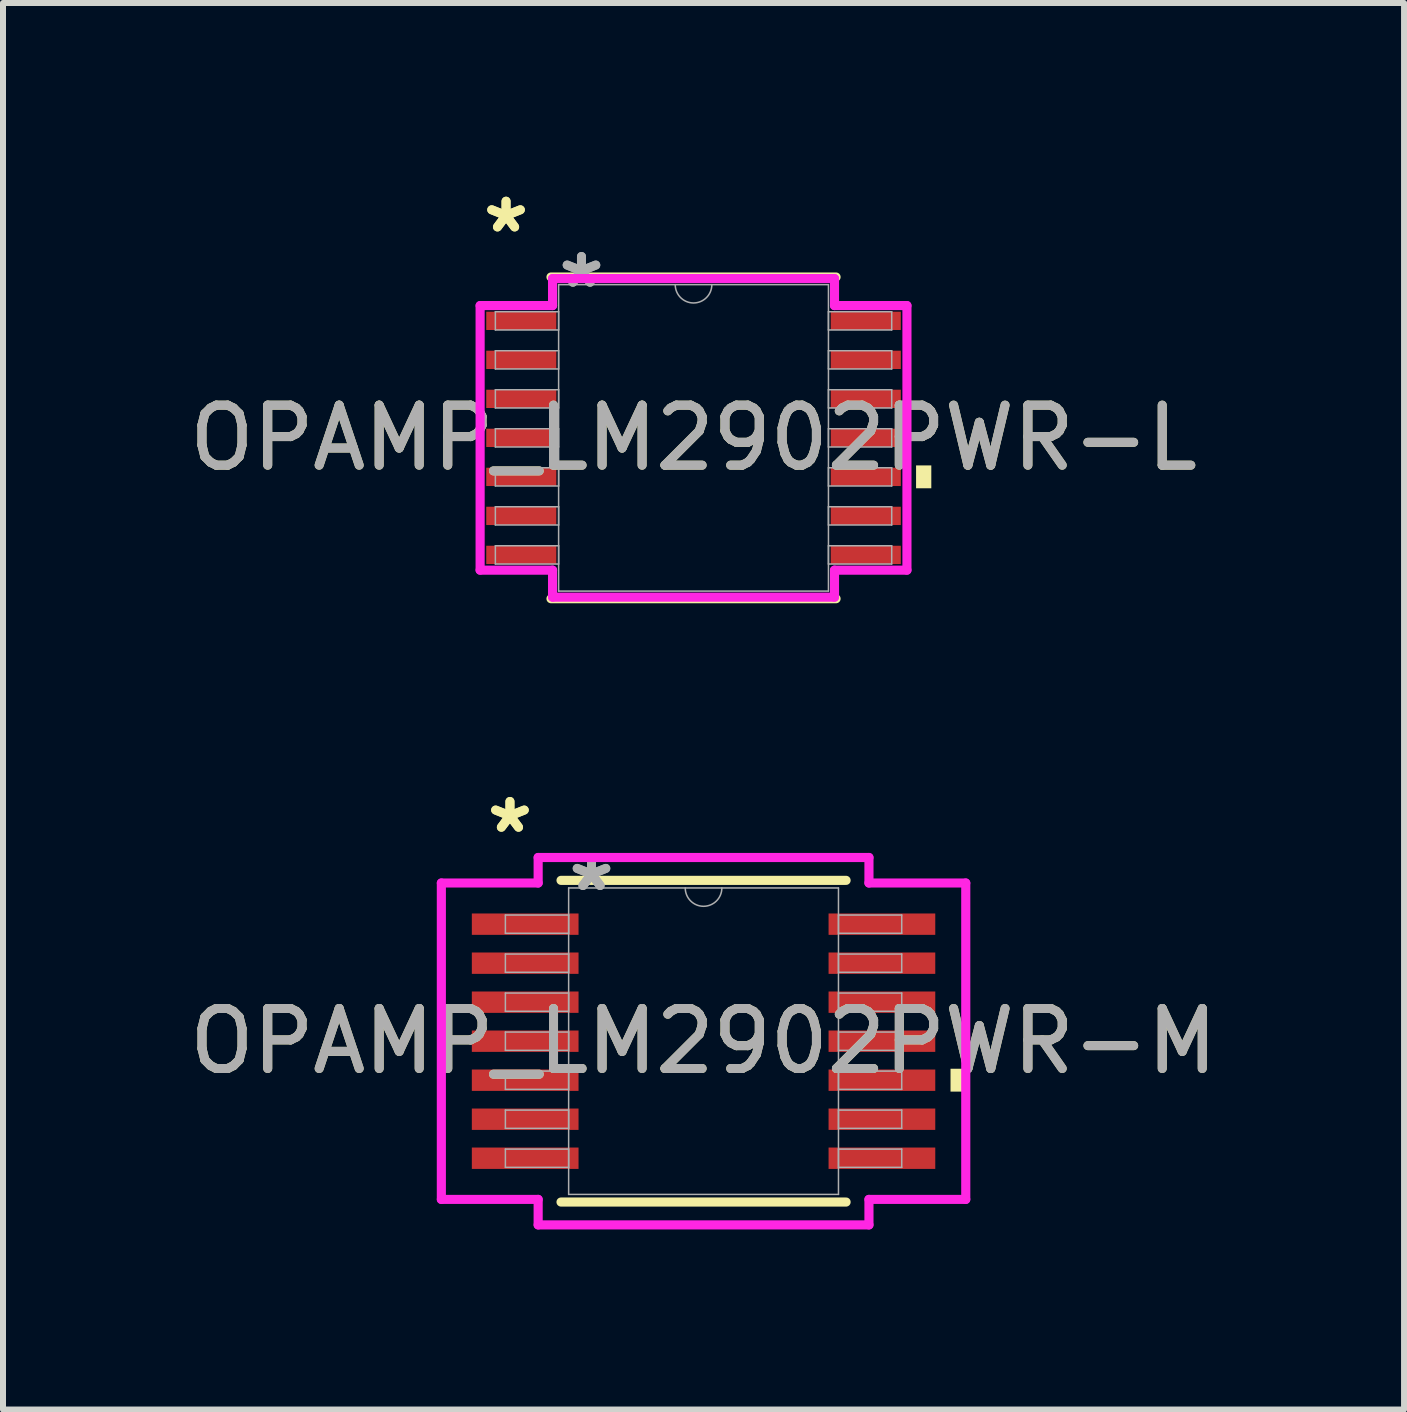
<source format=kicad_pcb>
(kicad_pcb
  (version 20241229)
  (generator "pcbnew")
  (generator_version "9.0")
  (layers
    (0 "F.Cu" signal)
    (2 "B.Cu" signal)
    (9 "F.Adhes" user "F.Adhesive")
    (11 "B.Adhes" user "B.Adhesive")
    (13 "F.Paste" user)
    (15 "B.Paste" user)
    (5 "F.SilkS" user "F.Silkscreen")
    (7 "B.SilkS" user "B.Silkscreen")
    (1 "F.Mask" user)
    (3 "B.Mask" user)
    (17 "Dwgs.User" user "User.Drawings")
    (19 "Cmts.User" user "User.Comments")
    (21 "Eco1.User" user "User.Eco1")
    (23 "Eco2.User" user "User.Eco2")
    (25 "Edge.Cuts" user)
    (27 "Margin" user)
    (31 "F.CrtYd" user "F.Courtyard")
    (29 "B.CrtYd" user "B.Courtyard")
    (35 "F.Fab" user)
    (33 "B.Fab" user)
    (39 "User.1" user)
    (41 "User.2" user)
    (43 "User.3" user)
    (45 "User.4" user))
  (footprint "OPAMP_LM2902PWR-M"
    (layer "F.Cu")
    (at 8.673 14.299)
    (property "Reference" "OPAMP_LM2902PWR-M" (at 0 0 0) (unlocked yes) (layer "F.SilkS") (effects (font (size 1 1) (thickness 0.15))))
    (attr smd)
    (fp_line (start -2.375 2.68) (end 2.375 2.68) (stroke (width 0.152) (type solid)) (layer "F.SilkS"))
    (fp_line (start 2.375 -2.68) (end -2.375 -2.68) (stroke (width 0.152) (type solid)) (layer "F.SilkS"))
    (fp_poly (pts (xy 4.369 0.459) (xy 4.369 0.84) (xy 4.115 0.84) (xy 4.115 0.459)) (stroke (width 0) (type solid)) (fill yes) (layer "F.SilkS"))
    (fp_line (start -4.369 -2.636) (end -2.756 -2.636) (stroke (width 0.152) (type solid)) (layer "F.CrtYd"))
    (fp_line (start -4.369 2.636) (end -4.369 -2.636) (stroke (width 0.152) (type solid)) (layer "F.CrtYd"))
    (fp_line (start -4.369 2.636) (end -2.756 2.636) (stroke (width 0.152) (type solid)) (layer "F.CrtYd"))
    (fp_line (start -2.756 -3.061) (end 2.756 -3.061) (stroke (width 0.152) (type solid)) (layer "F.CrtYd"))
    (fp_line (start -2.756 -2.636) (end -2.756 -3.061) (stroke (width 0.152) (type solid)) (layer "F.CrtYd"))
    (fp_line (start -2.756 3.061) (end -2.756 2.636) (stroke (width 0.152) (type solid)) (layer "F.CrtYd"))
    (fp_line (start 2.756 -3.061) (end 2.756 -2.636) (stroke (width 0.152) (type solid)) (layer "F.CrtYd"))
    (fp_line (start 2.756 2.636) (end 2.756 3.061) (stroke (width 0.152) (type solid)) (layer "F.CrtYd"))
    (fp_line (start 2.756 3.061) (end -2.756 3.061) (stroke (width 0.152) (type solid)) (layer "F.CrtYd"))
    (fp_line (start 4.369 -2.636) (end 2.756 -2.636) (stroke (width 0.152) (type solid)) (layer "F.CrtYd"))
    (fp_line (start 4.369 -2.636) (end 4.369 2.636) (stroke (width 0.152) (type solid)) (layer "F.CrtYd"))
    (fp_line (start 4.369 2.636) (end 2.756 2.636) (stroke (width 0.152) (type solid)) (layer "F.CrtYd"))
    (fp_line (start -3.302 -2.102) (end -3.302 -1.798) (stroke (width 0.025) (type solid)) (layer "F.Fab"))
    (fp_line (start -3.302 -1.798) (end -2.248 -1.798) (stroke (width 0.025) (type solid)) (layer "F.Fab"))
    (fp_line (start -3.302 -1.452) (end -3.302 -1.148) (stroke (width 0.025) (type solid)) (layer "F.Fab"))
    (fp_line (start -3.302 -1.148) (end -2.248 -1.148) (stroke (width 0.025) (type solid)) (layer "F.Fab"))
    (fp_line (start -3.302 -0.802) (end -3.302 -0.498) (stroke (width 0.025) (type solid)) (layer "F.Fab"))
    (fp_line (start -3.302 -0.498) (end -2.248 -0.498) (stroke (width 0.025) (type solid)) (layer "F.Fab"))
    (fp_line (start -3.302 -0.152) (end -3.302 0.152) (stroke (width 0.025) (type solid)) (layer "F.Fab"))
    (fp_line (start -3.302 0.152) (end -2.248 0.152) (stroke (width 0.025) (type solid)) (layer "F.Fab"))
    (fp_line (start -3.302 0.498) (end -3.302 0.802) (stroke (width 0.025) (type solid)) (layer "F.Fab"))
    (fp_line (start -3.302 0.802) (end -2.248 0.802) (stroke (width 0.025) (type solid)) (layer "F.Fab"))
    (fp_line (start -3.302 1.148) (end -3.302 1.452) (stroke (width 0.025) (type solid)) (layer "F.Fab"))
    (fp_line (start -3.302 1.452) (end -2.248 1.452) (stroke (width 0.025) (type solid)) (layer "F.Fab"))
    (fp_line (start -3.302 1.798) (end -3.302 2.102) (stroke (width 0.025) (type solid)) (layer "F.Fab"))
    (fp_line (start -3.302 2.102) (end -2.248 2.102) (stroke (width 0.025) (type solid)) (layer "F.Fab"))
    (fp_line (start -2.248 -2.553) (end -2.248 2.553) (stroke (width 0.025) (type solid)) (layer "F.Fab"))
    (fp_line (start -2.248 -2.102) (end -3.302 -2.102) (stroke (width 0.025) (type solid)) (layer "F.Fab"))
    (fp_line (start -2.248 -1.798) (end -2.248 -2.102) (stroke (width 0.025) (type solid)) (layer "F.Fab"))
    (fp_line (start -2.248 -1.452) (end -3.302 -1.452) (stroke (width 0.025) (type solid)) (layer "F.Fab"))
    (fp_line (start -2.248 -1.148) (end -2.248 -1.452) (stroke (width 0.025) (type solid)) (layer "F.Fab"))
    (fp_line (start -2.248 -0.802) (end -3.302 -0.802) (stroke (width 0.025) (type solid)) (layer "F.Fab"))
    (fp_line (start -2.248 -0.498) (end -2.248 -0.802) (stroke (width 0.025) (type solid)) (layer "F.Fab"))
    (fp_line (start -2.248 -0.152) (end -3.302 -0.152) (stroke (width 0.025) (type solid)) (layer "F.Fab"))
    (fp_line (start -2.248 0.152) (end -2.248 -0.152) (stroke (width 0.025) (type solid)) (layer "F.Fab"))
    (fp_line (start -2.248 0.498) (end -3.302 0.498) (stroke (width 0.025) (type solid)) (layer "F.Fab"))
    (fp_line (start -2.248 0.802) (end -2.248 0.498) (stroke (width 0.025) (type solid)) (layer "F.Fab"))
    (fp_line (start -2.248 1.148) (end -3.302 1.148) (stroke (width 0.025) (type solid)) (layer "F.Fab"))
    (fp_line (start -2.248 1.452) (end -2.248 1.148) (stroke (width 0.025) (type solid)) (layer "F.Fab"))
    (fp_line (start -2.248 1.798) (end -3.302 1.798) (stroke (width 0.025) (type solid)) (layer "F.Fab"))
    (fp_line (start -2.248 2.102) (end -2.248 1.798) (stroke (width 0.025) (type solid)) (layer "F.Fab"))
    (fp_line (start -2.248 2.553) (end 2.248 2.553) (stroke (width 0.025) (type solid)) (layer "F.Fab"))
    (fp_line (start 2.248 -2.553) (end -2.248 -2.553) (stroke (width 0.025) (type solid)) (layer "F.Fab"))
    (fp_line (start 2.248 -2.102) (end 2.248 -1.798) (stroke (width 0.025) (type solid)) (layer "F.Fab"))
    (fp_line (start 2.248 -1.798) (end 3.302 -1.798) (stroke (width 0.025) (type solid)) (layer "F.Fab"))
    (fp_line (start 2.248 -1.452) (end 2.248 -1.148) (stroke (width 0.025) (type solid)) (layer "F.Fab"))
    (fp_line (start 2.248 -1.148) (end 3.302 -1.148) (stroke (width 0.025) (type solid)) (layer "F.Fab"))
    (fp_line (start 2.248 -0.802) (end 2.248 -0.498) (stroke (width 0.025) (type solid)) (layer "F.Fab"))
    (fp_line (start 2.248 -0.498) (end 3.302 -0.498) (stroke (width 0.025) (type solid)) (layer "F.Fab"))
    (fp_line (start 2.248 -0.152) (end 2.248 0.152) (stroke (width 0.025) (type solid)) (layer "F.Fab"))
    (fp_line (start 2.248 0.152) (end 3.302 0.152) (stroke (width 0.025) (type solid)) (layer "F.Fab"))
    (fp_line (start 2.248 0.498) (end 2.248 0.802) (stroke (width 0.025) (type solid)) (layer "F.Fab"))
    (fp_line (start 2.248 0.802) (end 3.302 0.802) (stroke (width 0.025) (type solid)) (layer "F.Fab"))
    (fp_line (start 2.248 1.148) (end 2.248 1.452) (stroke (width 0.025) (type solid)) (layer "F.Fab"))
    (fp_line (start 2.248 1.452) (end 3.302 1.452) (stroke (width 0.025) (type solid)) (layer "F.Fab"))
    (fp_line (start 2.248 1.798) (end 2.248 2.102) (stroke (width 0.025) (type solid)) (layer "F.Fab"))
    (fp_line (start 2.248 2.102) (end 3.302 2.102) (stroke (width 0.025) (type solid)) (layer "F.Fab"))
    (fp_line (start 2.248 2.553) (end 2.248 -2.553) (stroke (width 0.025) (type solid)) (layer "F.Fab"))
    (fp_line (start 3.302 -2.102) (end 2.248 -2.102) (stroke (width 0.025) (type solid)) (layer "F.Fab"))
    (fp_line (start 3.302 -1.798) (end 3.302 -2.102) (stroke (width 0.025) (type solid)) (layer "F.Fab"))
    (fp_line (start 3.302 -1.452) (end 2.248 -1.452) (stroke (width 0.025) (type solid)) (layer "F.Fab"))
    (fp_line (start 3.302 -1.148) (end 3.302 -1.452) (stroke (width 0.025) (type solid)) (layer "F.Fab"))
    (fp_line (start 3.302 -0.802) (end 2.248 -0.802) (stroke (width 0.025) (type solid)) (layer "F.Fab"))
    (fp_line (start 3.302 -0.498) (end 3.302 -0.802) (stroke (width 0.025) (type solid)) (layer "F.Fab"))
    (fp_line (start 3.302 -0.152) (end 2.248 -0.152) (stroke (width 0.025) (type solid)) (layer "F.Fab"))
    (fp_line (start 3.302 0.152) (end 3.302 -0.152) (stroke (width 0.025) (type solid)) (layer "F.Fab"))
    (fp_line (start 3.302 0.498) (end 2.248 0.498) (stroke (width 0.025) (type solid)) (layer "F.Fab"))
    (fp_line (start 3.302 0.802) (end 3.302 0.498) (stroke (width 0.025) (type solid)) (layer "F.Fab"))
    (fp_line (start 3.302 1.148) (end 2.248 1.148) (stroke (width 0.025) (type solid)) (layer "F.Fab"))
    (fp_line (start 3.302 1.452) (end 3.302 1.148) (stroke (width 0.025) (type solid)) (layer "F.Fab"))
    (fp_line (start 3.302 1.798) (end 2.248 1.798) (stroke (width 0.025) (type solid)) (layer "F.Fab"))
    (fp_line (start 3.302 2.102) (end 3.302 1.798) (stroke (width 0.025) (type solid)) (layer "F.Fab"))
    (fp_arc (start 0.3048 -2.5527) (mid 0 -2.2479) (end -0.3048 -2.5527) (stroke (width 0.0254) (type solid)) (layer "F.Fab"))
    (fp_text user "*" (at -3.226 -3.449 0) (unlocked yes) (layer "F.SilkS") (effects (font (size 1 1) (thickness 0.15))))
    (fp_text user "*" (at -3.226 -3.449 0) (layer "F.SilkS") (effects (font (size 1 1) (thickness 0.15))))
    (fp_text user "${REFERENCE}" (at 0 0 0) (unlocked yes) (layer "F.Fab") (effects (font (size 1 1) (thickness 0.15))))
    (fp_text user "*" (at -1.867 -2.477 0) (layer "F.Fab") (effects (font (size 1 1) (thickness 0.15))))
    (fp_text user "*" (at -1.867 -2.477 0) (unlocked yes) (layer "F.Fab") (effects (font (size 1 1) (thickness 0.15))))
    (pad "1" smd rect (at -2.972 -1.95) (size 1.778 0.356) (layers "F.Cu" "F.Mask" "F.Paste"))
    (pad "2" smd rect (at -2.972 -1.3) (size 1.778 0.356) (layers "F.Cu" "F.Mask" "F.Paste"))
    (pad "3" smd rect (at -2.972 -0.65) (size 1.778 0.356) (layers "F.Cu" "F.Mask" "F.Paste"))
    (pad "4" smd rect (at -2.972 0) (size 1.778 0.356) (layers "F.Cu" "F.Mask" "F.Paste"))
    (pad "5" smd rect (at -2.972 0.65) (size 1.778 0.356) (layers "F.Cu" "F.Mask" "F.Paste"))
    (pad "6" smd rect (at -2.972 1.3) (size 1.778 0.356) (layers "F.Cu" "F.Mask" "F.Paste"))
    (pad "7" smd rect (at -2.972 1.95) (size 1.778 0.356) (layers "F.Cu" "F.Mask" "F.Paste"))
    (pad "8" smd rect (at 2.972 1.95) (size 1.778 0.356) (layers "F.Cu" "F.Mask" "F.Paste"))
    (pad "9" smd rect (at 2.972 1.3) (size 1.778 0.356) (layers "F.Cu" "F.Mask" "F.Paste"))
    (pad "10" smd rect (at 2.972 0.65) (size 1.778 0.356) (layers "F.Cu" "F.Mask" "F.Paste"))
    (pad "11" smd rect (at 2.972 0) (size 1.778 0.356) (layers "F.Cu" "F.Mask" "F.Paste"))
    (pad "12" smd rect (at 2.972 -0.65) (size 1.778 0.356) (layers "F.Cu" "F.Mask" "F.Paste"))
    (pad "13" smd rect (at 2.972 -1.3) (size 1.778 0.356) (layers "F.Cu" "F.Mask" "F.Paste"))
    (pad "14" smd rect (at 2.972 -1.95) (size 1.778 0.356) (layers "F.Cu" "F.Mask" "F.Paste")))
  (footprint "OPAMP_LM2902PWR-L"
    (layer "F.Cu")
    (at 8.506 4.246)
    (property "Reference" "OPAMP_LM2902PWR-L" (at 0 0 0) (unlocked yes) (layer "F.SilkS") (effects (font (size 1 1) (thickness 0.15))))
    (attr smd)
    (fp_line (start -2.375 2.68) (end 2.375 2.68) (stroke (width 0.152) (type solid)) (layer "F.SilkS"))
    (fp_line (start 2.375 -2.68) (end -2.375 -2.68) (stroke (width 0.152) (type solid)) (layer "F.SilkS"))
    (fp_poly (pts (xy 3.962 0.459) (xy 3.962 0.84) (xy 3.708 0.84) (xy 3.708 0.459)) (stroke (width 0) (type solid)) (fill yes) (layer "F.SilkS"))
    (fp_line (start -3.556 -2.204) (end -2.349 -2.204) (stroke (width 0.152) (type solid)) (layer "F.CrtYd"))
    (fp_line (start -3.556 2.204) (end -3.556 -2.204) (stroke (width 0.152) (type solid)) (layer "F.CrtYd"))
    (fp_line (start -3.556 2.204) (end -2.349 2.204) (stroke (width 0.152) (type solid)) (layer "F.CrtYd"))
    (fp_line (start -2.349 -2.654) (end 2.349 -2.654) (stroke (width 0.152) (type solid)) (layer "F.CrtYd"))
    (fp_line (start -2.349 -2.204) (end -2.349 -2.654) (stroke (width 0.152) (type solid)) (layer "F.CrtYd"))
    (fp_line (start -2.349 2.654) (end -2.349 2.204) (stroke (width 0.152) (type solid)) (layer "F.CrtYd"))
    (fp_line (start 2.349 -2.654) (end 2.349 -2.204) (stroke (width 0.152) (type solid)) (layer "F.CrtYd"))
    (fp_line (start 2.349 2.204) (end 2.349 2.654) (stroke (width 0.152) (type solid)) (layer "F.CrtYd"))
    (fp_line (start 2.349 2.654) (end -2.349 2.654) (stroke (width 0.152) (type solid)) (layer "F.CrtYd"))
    (fp_line (start 3.556 -2.204) (end 2.349 -2.204) (stroke (width 0.152) (type solid)) (layer "F.CrtYd"))
    (fp_line (start 3.556 -2.204) (end 3.556 2.204) (stroke (width 0.152) (type solid)) (layer "F.CrtYd"))
    (fp_line (start 3.556 2.204) (end 2.349 2.204) (stroke (width 0.152) (type solid)) (layer "F.CrtYd"))
    (fp_line (start -3.302 -2.102) (end -3.302 -1.798) (stroke (width 0.025) (type solid)) (layer "F.Fab"))
    (fp_line (start -3.302 -1.798) (end -2.248 -1.798) (stroke (width 0.025) (type solid)) (layer "F.Fab"))
    (fp_line (start -3.302 -1.452) (end -3.302 -1.148) (stroke (width 0.025) (type solid)) (layer "F.Fab"))
    (fp_line (start -3.302 -1.148) (end -2.248 -1.148) (stroke (width 0.025) (type solid)) (layer "F.Fab"))
    (fp_line (start -3.302 -0.802) (end -3.302 -0.498) (stroke (width 0.025) (type solid)) (layer "F.Fab"))
    (fp_line (start -3.302 -0.498) (end -2.248 -0.498) (stroke (width 0.025) (type solid)) (layer "F.Fab"))
    (fp_line (start -3.302 -0.152) (end -3.302 0.152) (stroke (width 0.025) (type solid)) (layer "F.Fab"))
    (fp_line (start -3.302 0.152) (end -2.248 0.152) (stroke (width 0.025) (type solid)) (layer "F.Fab"))
    (fp_line (start -3.302 0.498) (end -3.302 0.802) (stroke (width 0.025) (type solid)) (layer "F.Fab"))
    (fp_line (start -3.302 0.802) (end -2.248 0.802) (stroke (width 0.025) (type solid)) (layer "F.Fab"))
    (fp_line (start -3.302 1.148) (end -3.302 1.452) (stroke (width 0.025) (type solid)) (layer "F.Fab"))
    (fp_line (start -3.302 1.452) (end -2.248 1.452) (stroke (width 0.025) (type solid)) (layer "F.Fab"))
    (fp_line (start -3.302 1.798) (end -3.302 2.102) (stroke (width 0.025) (type solid)) (layer "F.Fab"))
    (fp_line (start -3.302 2.102) (end -2.248 2.102) (stroke (width 0.025) (type solid)) (layer "F.Fab"))
    (fp_line (start -2.248 -2.553) (end -2.248 2.553) (stroke (width 0.025) (type solid)) (layer "F.Fab"))
    (fp_line (start -2.248 -2.102) (end -3.302 -2.102) (stroke (width 0.025) (type solid)) (layer "F.Fab"))
    (fp_line (start -2.248 -1.798) (end -2.248 -2.102) (stroke (width 0.025) (type solid)) (layer "F.Fab"))
    (fp_line (start -2.248 -1.452) (end -3.302 -1.452) (stroke (width 0.025) (type solid)) (layer "F.Fab"))
    (fp_line (start -2.248 -1.148) (end -2.248 -1.452) (stroke (width 0.025) (type solid)) (layer "F.Fab"))
    (fp_line (start -2.248 -0.802) (end -3.302 -0.802) (stroke (width 0.025) (type solid)) (layer "F.Fab"))
    (fp_line (start -2.248 -0.498) (end -2.248 -0.802) (stroke (width 0.025) (type solid)) (layer "F.Fab"))
    (fp_line (start -2.248 -0.152) (end -3.302 -0.152) (stroke (width 0.025) (type solid)) (layer "F.Fab"))
    (fp_line (start -2.248 0.152) (end -2.248 -0.152) (stroke (width 0.025) (type solid)) (layer "F.Fab"))
    (fp_line (start -2.248 0.498) (end -3.302 0.498) (stroke (width 0.025) (type solid)) (layer "F.Fab"))
    (fp_line (start -2.248 0.802) (end -2.248 0.498) (stroke (width 0.025) (type solid)) (layer "F.Fab"))
    (fp_line (start -2.248 1.148) (end -3.302 1.148) (stroke (width 0.025) (type solid)) (layer "F.Fab"))
    (fp_line (start -2.248 1.452) (end -2.248 1.148) (stroke (width 0.025) (type solid)) (layer "F.Fab"))
    (fp_line (start -2.248 1.798) (end -3.302 1.798) (stroke (width 0.025) (type solid)) (layer "F.Fab"))
    (fp_line (start -2.248 2.102) (end -2.248 1.798) (stroke (width 0.025) (type solid)) (layer "F.Fab"))
    (fp_line (start -2.248 2.553) (end 2.248 2.553) (stroke (width 0.025) (type solid)) (layer "F.Fab"))
    (fp_line (start 2.248 -2.553) (end -2.248 -2.553) (stroke (width 0.025) (type solid)) (layer "F.Fab"))
    (fp_line (start 2.248 -2.102) (end 2.248 -1.798) (stroke (width 0.025) (type solid)) (layer "F.Fab"))
    (fp_line (start 2.248 -1.798) (end 3.302 -1.798) (stroke (width 0.025) (type solid)) (layer "F.Fab"))
    (fp_line (start 2.248 -1.452) (end 2.248 -1.148) (stroke (width 0.025) (type solid)) (layer "F.Fab"))
    (fp_line (start 2.248 -1.148) (end 3.302 -1.148) (stroke (width 0.025) (type solid)) (layer "F.Fab"))
    (fp_line (start 2.248 -0.802) (end 2.248 -0.498) (stroke (width 0.025) (type solid)) (layer "F.Fab"))
    (fp_line (start 2.248 -0.498) (end 3.302 -0.498) (stroke (width 0.025) (type solid)) (layer "F.Fab"))
    (fp_line (start 2.248 -0.152) (end 2.248 0.152) (stroke (width 0.025) (type solid)) (layer "F.Fab"))
    (fp_line (start 2.248 0.152) (end 3.302 0.152) (stroke (width 0.025) (type solid)) (layer "F.Fab"))
    (fp_line (start 2.248 0.498) (end 2.248 0.802) (stroke (width 0.025) (type solid)) (layer "F.Fab"))
    (fp_line (start 2.248 0.802) (end 3.302 0.802) (stroke (width 0.025) (type solid)) (layer "F.Fab"))
    (fp_line (start 2.248 1.148) (end 2.248 1.452) (stroke (width 0.025) (type solid)) (layer "F.Fab"))
    (fp_line (start 2.248 1.452) (end 3.302 1.452) (stroke (width 0.025) (type solid)) (layer "F.Fab"))
    (fp_line (start 2.248 1.798) (end 2.248 2.102) (stroke (width 0.025) (type solid)) (layer "F.Fab"))
    (fp_line (start 2.248 2.102) (end 3.302 2.102) (stroke (width 0.025) (type solid)) (layer "F.Fab"))
    (fp_line (start 2.248 2.553) (end 2.248 -2.553) (stroke (width 0.025) (type solid)) (layer "F.Fab"))
    (fp_line (start 3.302 -2.102) (end 2.248 -2.102) (stroke (width 0.025) (type solid)) (layer "F.Fab"))
    (fp_line (start 3.302 -1.798) (end 3.302 -2.102) (stroke (width 0.025) (type solid)) (layer "F.Fab"))
    (fp_line (start 3.302 -1.452) (end 2.248 -1.452) (stroke (width 0.025) (type solid)) (layer "F.Fab"))
    (fp_line (start 3.302 -1.148) (end 3.302 -1.452) (stroke (width 0.025) (type solid)) (layer "F.Fab"))
    (fp_line (start 3.302 -0.802) (end 2.248 -0.802) (stroke (width 0.025) (type solid)) (layer "F.Fab"))
    (fp_line (start 3.302 -0.498) (end 3.302 -0.802) (stroke (width 0.025) (type solid)) (layer "F.Fab"))
    (fp_line (start 3.302 -0.152) (end 2.248 -0.152) (stroke (width 0.025) (type solid)) (layer "F.Fab"))
    (fp_line (start 3.302 0.152) (end 3.302 -0.152) (stroke (width 0.025) (type solid)) (layer "F.Fab"))
    (fp_line (start 3.302 0.498) (end 2.248 0.498) (stroke (width 0.025) (type solid)) (layer "F.Fab"))
    (fp_line (start 3.302 0.802) (end 3.302 0.498) (stroke (width 0.025) (type solid)) (layer "F.Fab"))
    (fp_line (start 3.302 1.148) (end 2.248 1.148) (stroke (width 0.025) (type solid)) (layer "F.Fab"))
    (fp_line (start 3.302 1.452) (end 3.302 1.148) (stroke (width 0.025) (type solid)) (layer "F.Fab"))
    (fp_line (start 3.302 1.798) (end 2.248 1.798) (stroke (width 0.025) (type solid)) (layer "F.Fab"))
    (fp_line (start 3.302 2.102) (end 3.302 1.798) (stroke (width 0.025) (type solid)) (layer "F.Fab"))
    (fp_arc (start 0.3048 -2.5527) (mid 0 -2.2479) (end -0.3048 -2.5527) (stroke (width 0.0254) (type solid)) (layer "F.Fab"))
    (fp_text user "*" (at -3.124 -3.398 0) (layer "F.SilkS") (effects (font (size 1 1) (thickness 0.15))))
    (fp_text user "*" (at -3.124 -3.398 0) (unlocked yes) (layer "F.SilkS") (effects (font (size 1 1) (thickness 0.15))))
    (fp_text user "${REFERENCE}" (at 0 0 0) (unlocked yes) (layer "F.Fab") (effects (font (size 1 1) (thickness 0.15))))
    (fp_text user "*" (at -1.867 -2.477 0) (layer "F.Fab") (effects (font (size 1 1) (thickness 0.15))))
    (fp_text user "*" (at -1.867 -2.477 0) (unlocked yes) (layer "F.Fab") (effects (font (size 1 1) (thickness 0.15))))
    (pad "1" smd rect (at -2.87 -1.95) (size 1.168 0.305) (layers "F.Cu" "F.Mask" "F.Paste"))
    (pad "2" smd rect (at -2.87 -1.3) (size 1.168 0.305) (layers "F.Cu" "F.Mask" "F.Paste"))
    (pad "3" smd rect (at -2.87 -0.65) (size 1.168 0.305) (layers "F.Cu" "F.Mask" "F.Paste"))
    (pad "4" smd rect (at -2.87 0) (size 1.168 0.305) (layers "F.Cu" "F.Mask" "F.Paste"))
    (pad "5" smd rect (at -2.87 0.65) (size 1.168 0.305) (layers "F.Cu" "F.Mask" "F.Paste"))
    (pad "6" smd rect (at -2.87 1.3) (size 1.168 0.305) (layers "F.Cu" "F.Mask" "F.Paste"))
    (pad "7" smd rect (at -2.87 1.95) (size 1.168 0.305) (layers "F.Cu" "F.Mask" "F.Paste"))
    (pad "8" smd rect (at 2.87 1.95) (size 1.168 0.305) (layers "F.Cu" "F.Mask" "F.Paste"))
    (pad "9" smd rect (at 2.87 1.3) (size 1.168 0.305) (layers "F.Cu" "F.Mask" "F.Paste"))
    (pad "10" smd rect (at 2.87 0.65) (size 1.168 0.305) (layers "F.Cu" "F.Mask" "F.Paste"))
    (pad "11" smd rect (at 2.87 0) (size 1.168 0.305) (layers "F.Cu" "F.Mask" "F.Paste"))
    (pad "12" smd rect (at 2.87 -0.65) (size 1.168 0.305) (layers "F.Cu" "F.Mask" "F.Paste"))
    (pad "13" smd rect (at 2.87 -1.3) (size 1.168 0.305) (layers "F.Cu" "F.Mask" "F.Paste"))
    (pad "14" smd rect (at 2.87 -1.95) (size 1.168 0.305) (layers "F.Cu" "F.Mask" "F.Paste")))
  (gr_rect
    (start -3 -3)
    (end 20.345 20.436)
    (stroke (width 0.1) (type default))
    (fill no)
    (layer "Edge.Cuts")))
</source>
